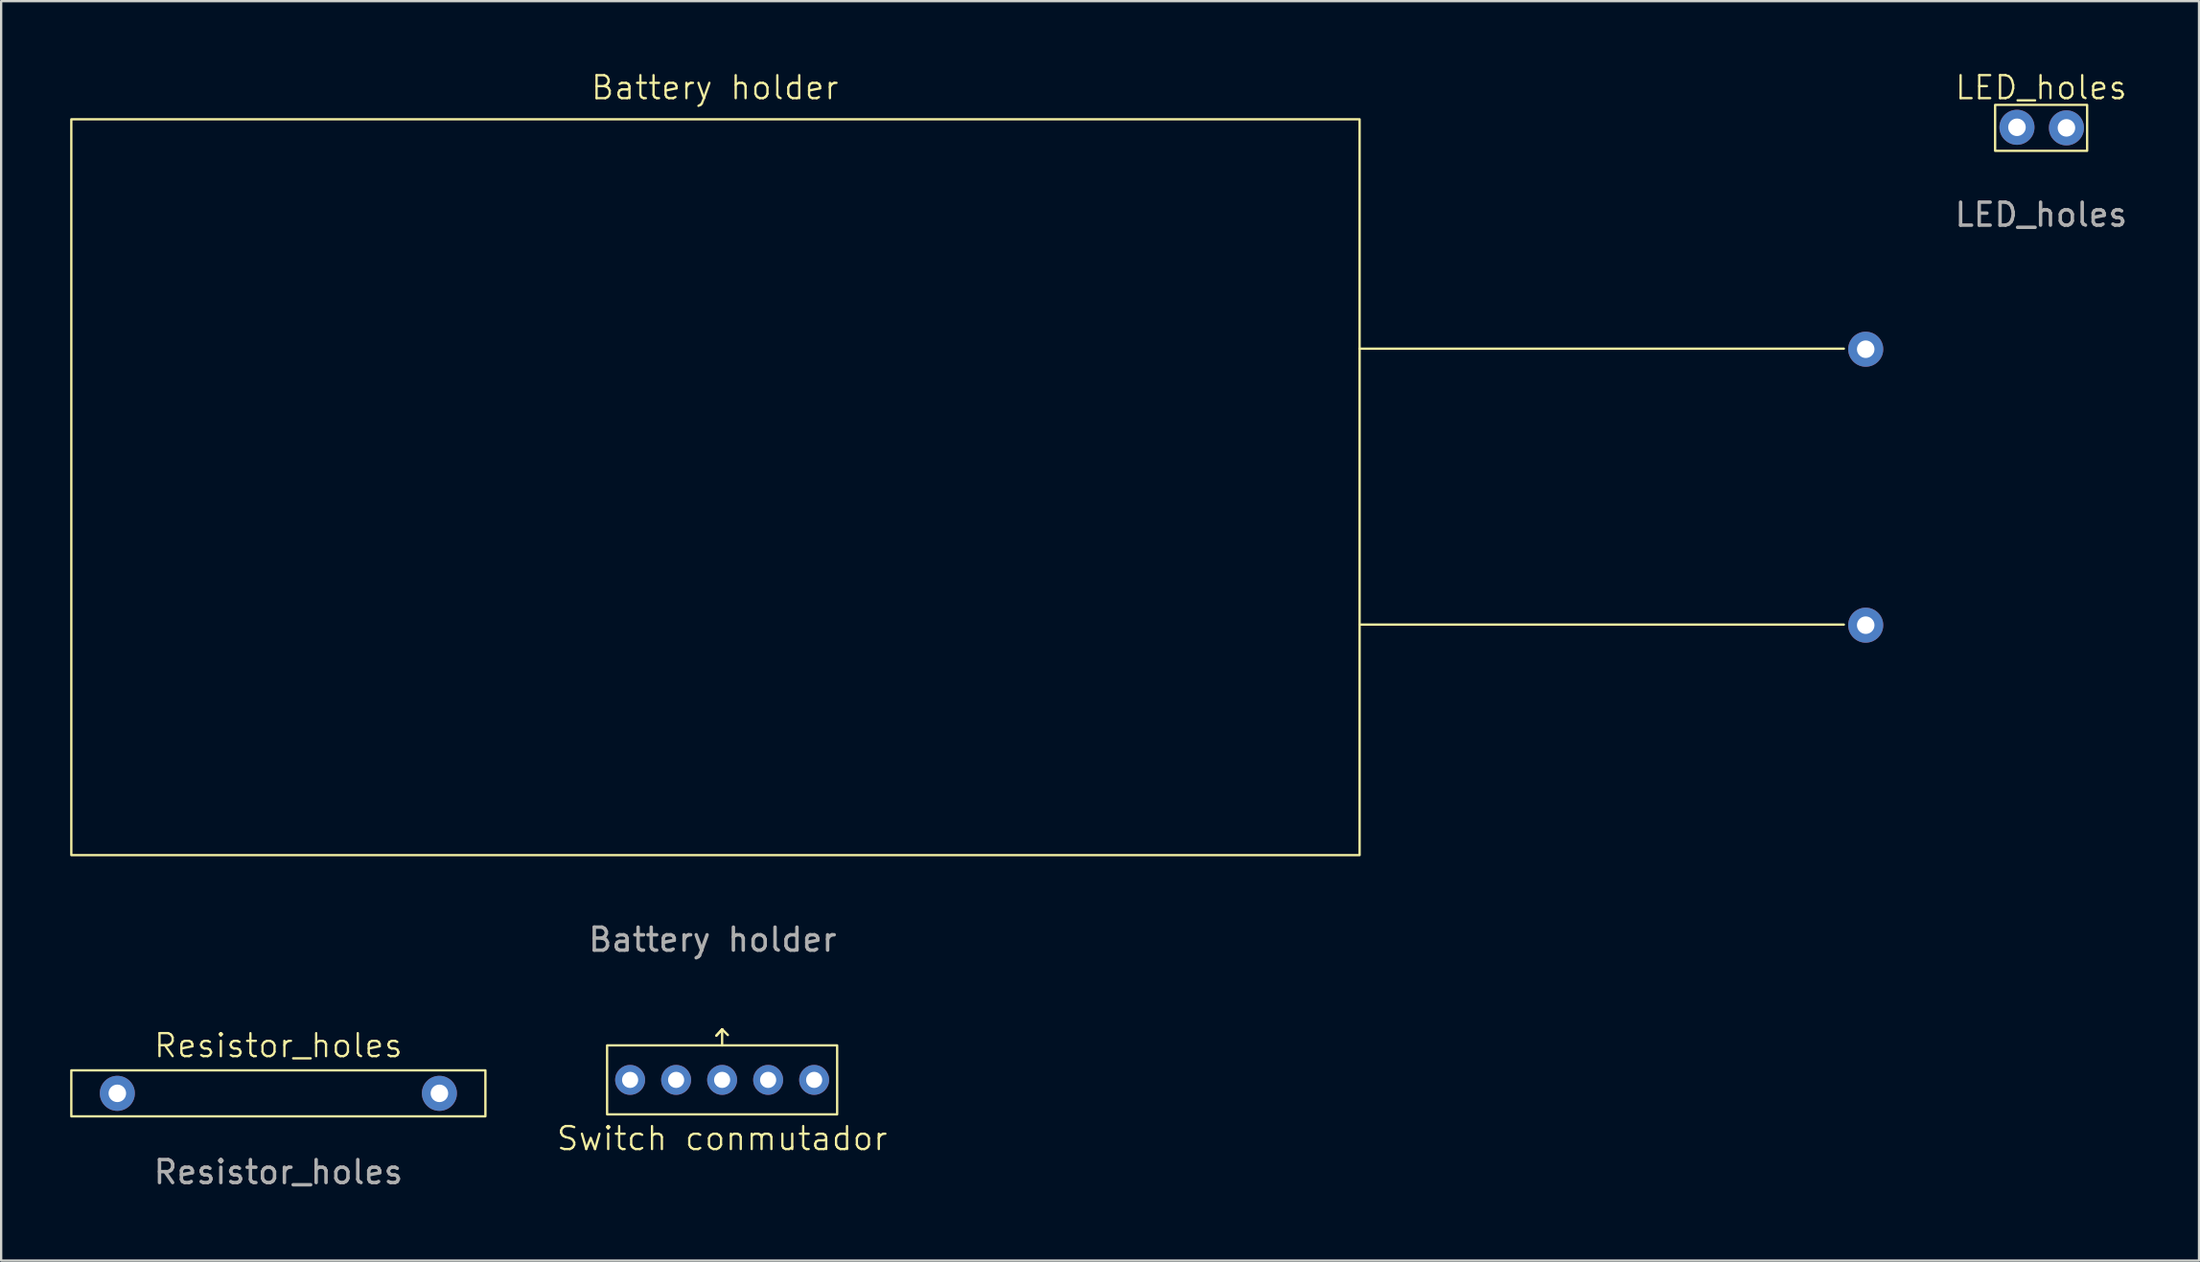
<source format=kicad_pcb>
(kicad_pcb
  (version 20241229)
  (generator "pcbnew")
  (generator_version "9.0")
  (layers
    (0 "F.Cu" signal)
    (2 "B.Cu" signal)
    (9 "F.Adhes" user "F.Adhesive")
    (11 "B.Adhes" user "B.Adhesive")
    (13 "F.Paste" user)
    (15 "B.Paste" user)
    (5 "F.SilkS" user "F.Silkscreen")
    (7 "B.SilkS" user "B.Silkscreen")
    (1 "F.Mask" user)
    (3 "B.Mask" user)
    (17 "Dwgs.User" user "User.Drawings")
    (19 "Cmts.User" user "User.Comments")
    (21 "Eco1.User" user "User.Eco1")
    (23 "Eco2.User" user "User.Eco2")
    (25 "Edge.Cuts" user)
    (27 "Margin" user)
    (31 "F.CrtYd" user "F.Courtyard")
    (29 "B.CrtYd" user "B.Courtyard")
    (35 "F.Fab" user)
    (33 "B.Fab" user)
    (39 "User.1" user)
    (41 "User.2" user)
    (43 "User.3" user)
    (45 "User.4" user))
  (footprint "LED_holes"
    (layer "F.Cu")
    (at 85.675 2.51)
    (property "Reference" "LED_holes" (at 0 -1.75 0) (unlocked yes) (layer "F.SilkS") (effects (font (size 1 1) (thickness 0.1))))
    (attr through_hole)
    (fp_rect (start -2 -1) (end 2 1) (stroke (width 0.1) (type default)) (fill no) (layer "F.SilkS"))
    (fp_text user "${REFERENCE}" (at 0 3.775 0) (unlocked yes) (layer "F.Fab") (effects (font (size 1 1) (thickness 0.15))))
    (pad "1" thru_hole circle (at -1.05 -0.025) (size 1.524 1.524) (drill 0.762) (layers "*.Cu" "*.Mask"))
    (pad "2" thru_hole circle (at 1.1 0) (size 1.524 1.524) (drill 0.762) (layers "*.Cu" "*.Mask")))
  (footprint "Switch conmutador"
    (layer "F.Cu")
    (at 28.34 43.909)
    (property "Reference" "Switch conmutador" (at 0 2.55 0) (unlocked yes) (layer "F.SilkS") (effects (font (size 1 1) (thickness 0.1))))
    (attr through_hole)
    (fp_line (start -0.25 -1.925) (end 0 -2.2) (stroke (width 0.1) (type default)) (layer "F.SilkS"))
    (fp_line (start 0 -2.2) (end -0.25 -1.925) (stroke (width 0.1) (type default)) (layer "F.SilkS"))
    (fp_line (start 0 -2.2) (end 0.25 -1.95) (stroke (width 0.1) (type default)) (layer "F.SilkS"))
    (fp_line (start 0 -1.5) (end 0 -2.2) (stroke (width 0.1) (type default)) (layer "F.SilkS"))
    (fp_rect (start -5 -1.5) (end 5 1.5) (stroke (width 0.1) (type default)) (fill no) (layer "F.SilkS"))
    (pad "" thru_hole circle (at -4 0) (size 1.3 1.3) (drill 0.7) (layers "*.Cu" "*.Mask"))
    (pad "" thru_hole circle (at 4 0) (size 1.3 1.3) (drill 0.7) (layers "*.Cu" "*.Mask"))
    (pad "1" thru_hole circle (at -2 0) (size 1.3 1.3) (drill 0.7) (layers "*.Cu" "*.Mask"))
    (pad "2" thru_hole circle (at 0 0) (size 1.3 1.3) (drill 0.7) (layers "*.Cu" "*.Mask"))
    (pad "3" thru_hole circle (at 2 0) (size 1.3 1.3) (drill 0.7) (layers "*.Cu" "*.Mask")))
  (footprint "Battery holder"
    (layer "F.Cu")
    (at 28.05 18.136)
    (property "Reference" "Battery holder" (at -0.025 -17.375 0) (unlocked yes) (layer "F.SilkS") (effects (font (size 1 1) (thickness 0.1))))
    (attr through_hole)
    (fp_line (start 49.05 -6.025) (end 28 -6.025) (stroke (width 0.1) (type default)) (layer "F.SilkS"))
    (fp_line (start 49.05 5.975) (end 28.025 5.975) (stroke (width 0.1) (type default)) (layer "F.SilkS"))
    (fp_rect (start -28 -16) (end 28 16) (stroke (width 0.1) (type default)) (fill no) (layer "F.SilkS"))
    (fp_rect (start -10.525 14.725) (end -10.525 14.725) (stroke (width 0.1) (type default)) (fill no) (layer "F.SilkS"))
    (fp_text user "${REFERENCE}" (at -0.125 19.675 0) (unlocked yes) (layer "F.Fab") (effects (font (size 1 1) (thickness 0.15))))
    (pad "1" thru_hole circle (at 50 6) (size 1.524 1.524) (drill 0.762) (layers "*.Cu" "*.Mask"))
    (pad "2" thru_hole circle (at 50 -6) (size 1.524 1.524) (drill 0.762) (layers "*.Cu" "*.Mask")))
  (footprint "Resistor_holes"
    (layer "F.Cu")
    (at 9.05 44.494)
    (property "Reference" "Resistor_holes" (at 0 -2.075 0) (unlocked yes) (layer "F.SilkS") (effects (font (size 1 1) (thickness 0.1))))
    (attr through_hole)
    (fp_rect (start -9 -1) (end 9 1) (stroke (width 0.1) (type default)) (fill no) (layer "F.SilkS"))
    (fp_text user "${REFERENCE}" (at 0 3.425 0) (unlocked yes) (layer "F.Fab") (effects (font (size 1 1) (thickness 0.15))))
    (pad "1" thru_hole circle (at -7 0) (size 1.524 1.524) (drill 0.762) (layers "*.Cu" "*.Mask"))
    (pad "2" thru_hole circle (at 7 0) (size 1.524 1.524) (drill 0.762) (layers "*.Cu" "*.Mask")))
  (gr_rect
    (start -3 -3)
    (end 92.538 51.767)
    (stroke (width 0.1) (type default))
    (fill no)
    (layer "Edge.Cuts")))
</source>
